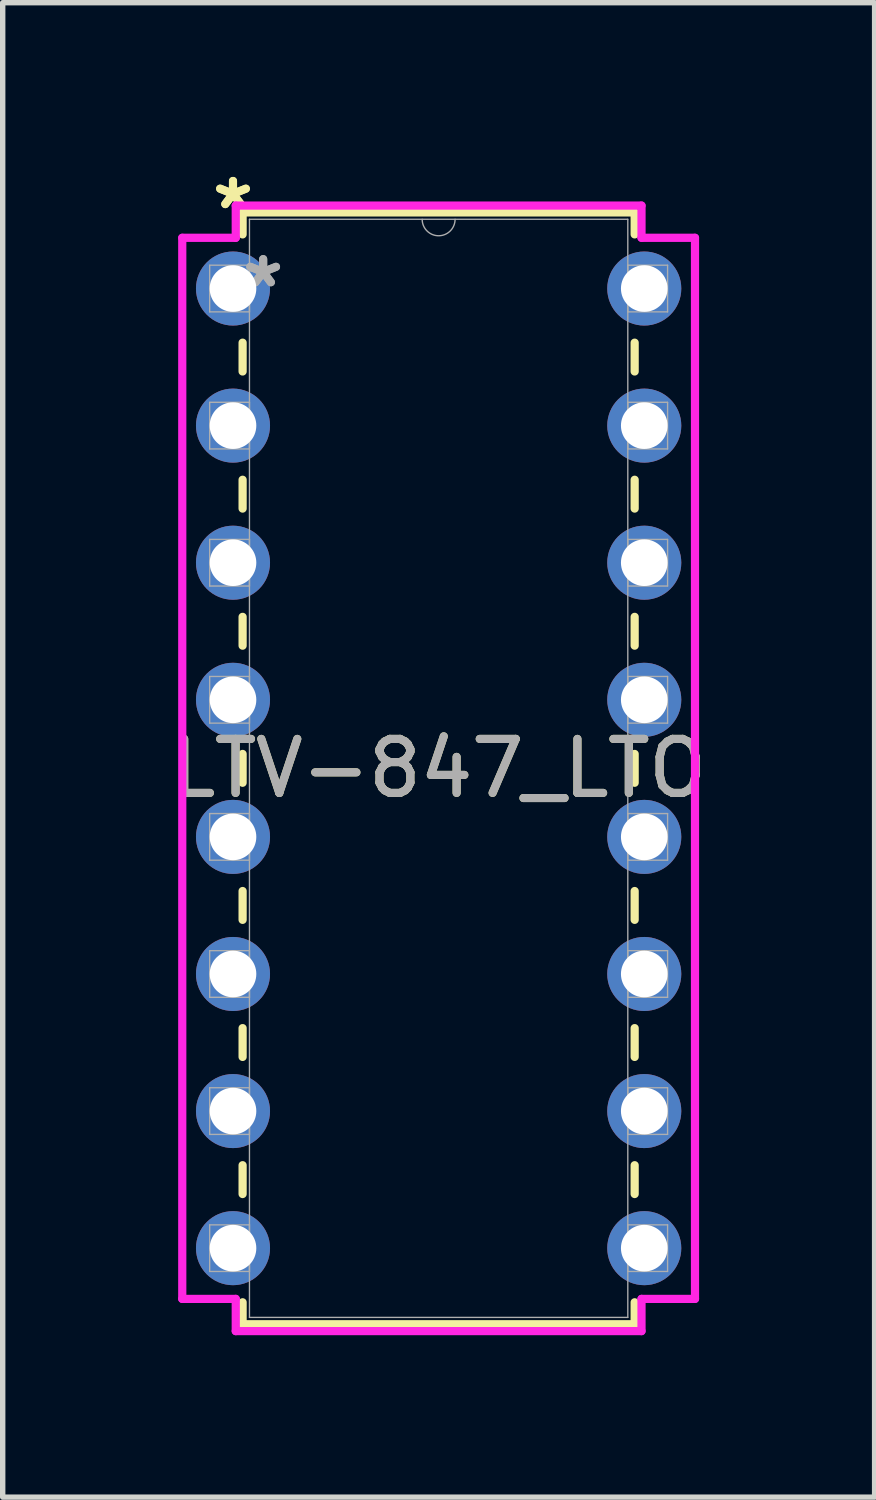
<source format=kicad_pcb>
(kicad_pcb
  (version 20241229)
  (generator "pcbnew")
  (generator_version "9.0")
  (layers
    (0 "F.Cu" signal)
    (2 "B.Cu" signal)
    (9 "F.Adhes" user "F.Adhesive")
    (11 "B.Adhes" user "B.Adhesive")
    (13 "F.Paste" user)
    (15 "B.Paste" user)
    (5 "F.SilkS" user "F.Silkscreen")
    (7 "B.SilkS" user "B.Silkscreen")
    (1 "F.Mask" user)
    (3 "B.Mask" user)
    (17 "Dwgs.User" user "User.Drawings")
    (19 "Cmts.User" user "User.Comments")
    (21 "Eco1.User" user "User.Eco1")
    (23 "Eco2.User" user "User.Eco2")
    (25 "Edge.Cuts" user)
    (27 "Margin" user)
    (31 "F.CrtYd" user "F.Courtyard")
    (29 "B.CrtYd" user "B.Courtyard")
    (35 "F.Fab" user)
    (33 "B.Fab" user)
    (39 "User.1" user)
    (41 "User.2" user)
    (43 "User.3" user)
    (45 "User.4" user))
  (footprint "LTV-847_LTO"
    (layer "F.Cu")
    (at 1.267 2.296)
    (property "Reference" "LTV-847_LTO" (at 3.81 8.89 0) (unlocked yes) (layer "F.SilkS") (effects (font (size 1 1) (thickness 0.15))))
    (attr through_hole)
    (fp_line (start 0.178 -1.41) (end 0.178 -1.003) (stroke (width 0.152) (type solid)) (layer "F.SilkS"))
    (fp_line (start 0.178 1.003) (end 0.178 1.537) (stroke (width 0.152) (type solid)) (layer "F.SilkS"))
    (fp_line (start 0.178 3.543) (end 0.178 4.077) (stroke (width 0.152) (type solid)) (layer "F.SilkS"))
    (fp_line (start 0.178 6.083) (end 0.178 6.617) (stroke (width 0.152) (type solid)) (layer "F.SilkS"))
    (fp_line (start 0.178 8.623) (end 0.178 9.157) (stroke (width 0.152) (type solid)) (layer "F.SilkS"))
    (fp_line (start 0.178 11.163) (end 0.178 11.697) (stroke (width 0.152) (type solid)) (layer "F.SilkS"))
    (fp_line (start 0.178 13.703) (end 0.178 14.237) (stroke (width 0.152) (type solid)) (layer "F.SilkS"))
    (fp_line (start 0.178 16.243) (end 0.178 16.777) (stroke (width 0.152) (type solid)) (layer "F.SilkS"))
    (fp_line (start 0.178 18.783) (end 0.178 19.19) (stroke (width 0.152) (type solid)) (layer "F.SilkS"))
    (fp_line (start 0.178 19.19) (end 7.442 19.19) (stroke (width 0.152) (type solid)) (layer "F.SilkS"))
    (fp_line (start 7.442 -1.41) (end 0.178 -1.41) (stroke (width 0.152) (type solid)) (layer "F.SilkS"))
    (fp_line (start 7.442 -1.003) (end 7.442 -1.41) (stroke (width 0.152) (type solid)) (layer "F.SilkS"))
    (fp_line (start 7.442 1.537) (end 7.442 1.003) (stroke (width 0.152) (type solid)) (layer "F.SilkS"))
    (fp_line (start 7.442 4.077) (end 7.442 3.543) (stroke (width 0.152) (type solid)) (layer "F.SilkS"))
    (fp_line (start 7.442 6.617) (end 7.442 6.083) (stroke (width 0.152) (type solid)) (layer "F.SilkS"))
    (fp_line (start 7.442 9.157) (end 7.442 8.623) (stroke (width 0.152) (type solid)) (layer "F.SilkS"))
    (fp_line (start 7.442 11.697) (end 7.442 11.163) (stroke (width 0.152) (type solid)) (layer "F.SilkS"))
    (fp_line (start 7.442 14.237) (end 7.442 13.703) (stroke (width 0.152) (type solid)) (layer "F.SilkS"))
    (fp_line (start 7.442 16.777) (end 7.442 16.243) (stroke (width 0.152) (type solid)) (layer "F.SilkS"))
    (fp_line (start 7.442 19.19) (end 7.442 18.783) (stroke (width 0.152) (type solid)) (layer "F.SilkS"))
    (fp_line (start -0.94 -0.94) (end 0.051 -0.94) (stroke (width 0.152) (type solid)) (layer "F.CrtYd"))
    (fp_line (start -0.94 18.72) (end -0.94 -0.94) (stroke (width 0.152) (type solid)) (layer "F.CrtYd"))
    (fp_line (start 0.051 -1.537) (end 7.569 -1.537) (stroke (width 0.152) (type solid)) (layer "F.CrtYd"))
    (fp_line (start 0.051 -0.94) (end 0.051 -1.537) (stroke (width 0.152) (type solid)) (layer "F.CrtYd"))
    (fp_line (start 0.051 18.72) (end -0.94 18.72) (stroke (width 0.152) (type solid)) (layer "F.CrtYd"))
    (fp_line (start 0.051 19.317) (end 0.051 18.72) (stroke (width 0.152) (type solid)) (layer "F.CrtYd"))
    (fp_line (start 7.569 -1.537) (end 7.569 -0.94) (stroke (width 0.152) (type solid)) (layer "F.CrtYd"))
    (fp_line (start 7.569 18.72) (end 7.569 19.317) (stroke (width 0.152) (type solid)) (layer "F.CrtYd"))
    (fp_line (start 7.569 19.317) (end 0.051 19.317) (stroke (width 0.152) (type solid)) (layer "F.CrtYd"))
    (fp_line (start 8.56 -0.94) (end 7.569 -0.94) (stroke (width 0.152) (type solid)) (layer "F.CrtYd"))
    (fp_line (start 8.56 -0.94) (end 8.56 18.72) (stroke (width 0.152) (type solid)) (layer "F.CrtYd"))
    (fp_line (start 8.56 18.72) (end 7.569 18.72) (stroke (width 0.152) (type solid)) (layer "F.CrtYd"))
    (fp_line (start -0.432 -0.432) (end -0.432 0.432) (stroke (width 0.025) (type solid)) (layer "F.Fab"))
    (fp_line (start -0.432 0.432) (end 0.305 0.432) (stroke (width 0.025) (type solid)) (layer "F.Fab"))
    (fp_line (start -0.432 2.108) (end -0.432 2.972) (stroke (width 0.025) (type solid)) (layer "F.Fab"))
    (fp_line (start -0.432 2.972) (end 0.305 2.972) (stroke (width 0.025) (type solid)) (layer "F.Fab"))
    (fp_line (start -0.432 4.648) (end -0.432 5.512) (stroke (width 0.025) (type solid)) (layer "F.Fab"))
    (fp_line (start -0.432 5.512) (end 0.305 5.512) (stroke (width 0.025) (type solid)) (layer "F.Fab"))
    (fp_line (start -0.432 7.188) (end -0.432 8.052) (stroke (width 0.025) (type solid)) (layer "F.Fab"))
    (fp_line (start -0.432 8.052) (end 0.305 8.052) (stroke (width 0.025) (type solid)) (layer "F.Fab"))
    (fp_line (start -0.432 9.728) (end -0.432 10.592) (stroke (width 0.025) (type solid)) (layer "F.Fab"))
    (fp_line (start -0.432 10.592) (end 0.305 10.592) (stroke (width 0.025) (type solid)) (layer "F.Fab"))
    (fp_line (start -0.432 12.268) (end -0.432 13.132) (stroke (width 0.025) (type solid)) (layer "F.Fab"))
    (fp_line (start -0.432 13.132) (end 0.305 13.132) (stroke (width 0.025) (type solid)) (layer "F.Fab"))
    (fp_line (start -0.432 14.808) (end -0.432 15.672) (stroke (width 0.025) (type solid)) (layer "F.Fab"))
    (fp_line (start -0.432 15.672) (end 0.305 15.672) (stroke (width 0.025) (type solid)) (layer "F.Fab"))
    (fp_line (start -0.432 17.348) (end -0.432 18.212) (stroke (width 0.025) (type solid)) (layer "F.Fab"))
    (fp_line (start -0.432 18.212) (end 0.305 18.212) (stroke (width 0.025) (type solid)) (layer "F.Fab"))
    (fp_line (start 0.305 -1.283) (end 0.305 19.063) (stroke (width 0.025) (type solid)) (layer "F.Fab"))
    (fp_line (start 0.305 -0.432) (end -0.432 -0.432) (stroke (width 0.025) (type solid)) (layer "F.Fab"))
    (fp_line (start 0.305 0.432) (end 0.305 -0.432) (stroke (width 0.025) (type solid)) (layer "F.Fab"))
    (fp_line (start 0.305 2.108) (end -0.432 2.108) (stroke (width 0.025) (type solid)) (layer "F.Fab"))
    (fp_line (start 0.305 2.972) (end 0.305 2.108) (stroke (width 0.025) (type solid)) (layer "F.Fab"))
    (fp_line (start 0.305 4.648) (end -0.432 4.648) (stroke (width 0.025) (type solid)) (layer "F.Fab"))
    (fp_line (start 0.305 5.512) (end 0.305 4.648) (stroke (width 0.025) (type solid)) (layer "F.Fab"))
    (fp_line (start 0.305 7.188) (end -0.432 7.188) (stroke (width 0.025) (type solid)) (layer "F.Fab"))
    (fp_line (start 0.305 8.052) (end 0.305 7.188) (stroke (width 0.025) (type solid)) (layer "F.Fab"))
    (fp_line (start 0.305 9.728) (end -0.432 9.728) (stroke (width 0.025) (type solid)) (layer "F.Fab"))
    (fp_line (start 0.305 10.592) (end 0.305 9.728) (stroke (width 0.025) (type solid)) (layer "F.Fab"))
    (fp_line (start 0.305 12.268) (end -0.432 12.268) (stroke (width 0.025) (type solid)) (layer "F.Fab"))
    (fp_line (start 0.305 13.132) (end 0.305 12.268) (stroke (width 0.025) (type solid)) (layer "F.Fab"))
    (fp_line (start 0.305 14.808) (end -0.432 14.808) (stroke (width 0.025) (type solid)) (layer "F.Fab"))
    (fp_line (start 0.305 15.672) (end 0.305 14.808) (stroke (width 0.025) (type solid)) (layer "F.Fab"))
    (fp_line (start 0.305 17.348) (end -0.432 17.348) (stroke (width 0.025) (type solid)) (layer "F.Fab"))
    (fp_line (start 0.305 18.212) (end 0.305 17.348) (stroke (width 0.025) (type solid)) (layer "F.Fab"))
    (fp_line (start 0.305 19.063) (end 7.315 19.063) (stroke (width 0.025) (type solid)) (layer "F.Fab"))
    (fp_line (start 7.315 -1.283) (end 0.305 -1.283) (stroke (width 0.025) (type solid)) (layer "F.Fab"))
    (fp_line (start 7.315 -0.432) (end 7.315 0.432) (stroke (width 0.025) (type solid)) (layer "F.Fab"))
    (fp_line (start 7.315 0.432) (end 8.052 0.432) (stroke (width 0.025) (type solid)) (layer "F.Fab"))
    (fp_line (start 7.315 2.108) (end 7.315 2.972) (stroke (width 0.025) (type solid)) (layer "F.Fab"))
    (fp_line (start 7.315 2.972) (end 8.052 2.972) (stroke (width 0.025) (type solid)) (layer "F.Fab"))
    (fp_line (start 7.315 4.648) (end 7.315 5.512) (stroke (width 0.025) (type solid)) (layer "F.Fab"))
    (fp_line (start 7.315 5.512) (end 8.052 5.512) (stroke (width 0.025) (type solid)) (layer "F.Fab"))
    (fp_line (start 7.315 7.188) (end 7.315 8.052) (stroke (width 0.025) (type solid)) (layer "F.Fab"))
    (fp_line (start 7.315 8.052) (end 8.052 8.052) (stroke (width 0.025) (type solid)) (layer "F.Fab"))
    (fp_line (start 7.315 9.728) (end 7.315 10.592) (stroke (width 0.025) (type solid)) (layer "F.Fab"))
    (fp_line (start 7.315 10.592) (end 8.052 10.592) (stroke (width 0.025) (type solid)) (layer "F.Fab"))
    (fp_line (start 7.315 12.268) (end 7.315 13.132) (stroke (width 0.025) (type solid)) (layer "F.Fab"))
    (fp_line (start 7.315 13.132) (end 8.052 13.132) (stroke (width 0.025) (type solid)) (layer "F.Fab"))
    (fp_line (start 7.315 14.808) (end 7.315 15.672) (stroke (width 0.025) (type solid)) (layer "F.Fab"))
    (fp_line (start 7.315 15.672) (end 8.052 15.672) (stroke (width 0.025) (type solid)) (layer "F.Fab"))
    (fp_line (start 7.315 17.348) (end 7.315 18.212) (stroke (width 0.025) (type solid)) (layer "F.Fab"))
    (fp_line (start 7.315 18.212) (end 8.052 18.212) (stroke (width 0.025) (type solid)) (layer "F.Fab"))
    (fp_line (start 7.315 19.063) (end 7.315 -1.283) (stroke (width 0.025) (type solid)) (layer "F.Fab"))
    (fp_line (start 8.052 -0.432) (end 7.315 -0.432) (stroke (width 0.025) (type solid)) (layer "F.Fab"))
    (fp_line (start 8.052 0.432) (end 8.052 -0.432) (stroke (width 0.025) (type solid)) (layer "F.Fab"))
    (fp_line (start 8.052 2.108) (end 7.315 2.108) (stroke (width 0.025) (type solid)) (layer "F.Fab"))
    (fp_line (start 8.052 2.972) (end 8.052 2.108) (stroke (width 0.025) (type solid)) (layer "F.Fab"))
    (fp_line (start 8.052 4.648) (end 7.315 4.648) (stroke (width 0.025) (type solid)) (layer "F.Fab"))
    (fp_line (start 8.052 5.512) (end 8.052 4.648) (stroke (width 0.025) (type solid)) (layer "F.Fab"))
    (fp_line (start 8.052 7.188) (end 7.315 7.188) (stroke (width 0.025) (type solid)) (layer "F.Fab"))
    (fp_line (start 8.052 8.052) (end 8.052 7.188) (stroke (width 0.025) (type solid)) (layer "F.Fab"))
    (fp_line (start 8.052 9.728) (end 7.315 9.728) (stroke (width 0.025) (type solid)) (layer "F.Fab"))
    (fp_line (start 8.052 10.592) (end 8.052 9.728) (stroke (width 0.025) (type solid)) (layer "F.Fab"))
    (fp_line (start 8.052 12.268) (end 7.315 12.268) (stroke (width 0.025) (type solid)) (layer "F.Fab"))
    (fp_line (start 8.052 13.132) (end 8.052 12.268) (stroke (width 0.025) (type solid)) (layer "F.Fab"))
    (fp_line (start 8.052 14.808) (end 7.315 14.808) (stroke (width 0.025) (type solid)) (layer "F.Fab"))
    (fp_line (start 8.052 15.672) (end 8.052 14.808) (stroke (width 0.025) (type solid)) (layer "F.Fab"))
    (fp_line (start 8.052 17.348) (end 7.315 17.348) (stroke (width 0.025) (type solid)) (layer "F.Fab"))
    (fp_line (start 8.052 18.212) (end 8.052 17.348) (stroke (width 0.025) (type solid)) (layer "F.Fab"))
    (fp_arc (start 4.1148 -1.2827) (mid 3.81 -0.9779) (end 3.5052 -1.2827) (stroke (width 0.0254) (type solid)) (layer "F.Fab"))
    (fp_text user "*" (at 0 -1.448 0) (unlocked yes) (layer "F.SilkS") (effects (font (size 1 1) (thickness 0.15))))
    (fp_text user "*" (at 0 -1.448 0) (layer "F.SilkS") (effects (font (size 1 1) (thickness 0.15))))
    (fp_text user "*" (at 0.559 0 0) (layer "F.Fab") (effects (font (size 1 1) (thickness 0.15))))
    (fp_text user "*" (at 0.559 0 0) (unlocked yes) (layer "F.Fab") (effects (font (size 1 1) (thickness 0.15))))
    (fp_text user "${REFERENCE}" (at 3.81 8.89 0) (unlocked yes) (layer "F.Fab") (effects (font (size 1 1) (thickness 0.15))))
    (pad "1" thru_hole circle (at 0 0) (size 1.372 1.372) (drill 0.864) (layers "*.Cu" "*.Mask"))
    (pad "2" thru_hole circle (at 0 2.54) (size 1.372 1.372) (drill 0.864) (layers "*.Cu" "*.Mask"))
    (pad "3" thru_hole circle (at 0 5.08) (size 1.372 1.372) (drill 0.864) (layers "*.Cu" "*.Mask"))
    (pad "4" thru_hole circle (at 0 7.62) (size 1.372 1.372) (drill 0.864) (layers "*.Cu" "*.Mask"))
    (pad "5" thru_hole circle (at 0 10.16) (size 1.372 1.372) (drill 0.864) (layers "*.Cu" "*.Mask"))
    (pad "6" thru_hole circle (at 0 12.7) (size 1.372 1.372) (drill 0.864) (layers "*.Cu" "*.Mask"))
    (pad "7" thru_hole circle (at 0 15.24) (size 1.372 1.372) (drill 0.864) (layers "*.Cu" "*.Mask"))
    (pad "8" thru_hole circle (at 0 17.78) (size 1.372 1.372) (drill 0.864) (layers "*.Cu" "*.Mask"))
    (pad "9" thru_hole circle (at 7.62 17.78) (size 1.372 1.372) (drill 0.864) (layers "*.Cu" "*.Mask"))
    (pad "10" thru_hole circle (at 7.62 15.24) (size 1.372 1.372) (drill 0.864) (layers "*.Cu" "*.Mask"))
    (pad "11" thru_hole circle (at 7.62 12.7) (size 1.372 1.372) (drill 0.864) (layers "*.Cu" "*.Mask"))
    (pad "12" thru_hole circle (at 7.62 10.16) (size 1.372 1.372) (drill 0.864) (layers "*.Cu" "*.Mask"))
    (pad "13" thru_hole circle (at 7.62 7.62) (size 1.372 1.372) (drill 0.864) (layers "*.Cu" "*.Mask"))
    (pad "14" thru_hole circle (at 7.62 5.08) (size 1.372 1.372) (drill 0.864) (layers "*.Cu" "*.Mask"))
    (pad "15" thru_hole circle (at 7.62 2.54) (size 1.372 1.372) (drill 0.864) (layers "*.Cu" "*.Mask"))
    (pad "16" thru_hole circle (at 7.62 0) (size 1.372 1.372) (drill 0.864) (layers "*.Cu" "*.Mask")))
  (gr_rect
    (start -3 -3)
    (end 13.155 24.689)
    (stroke (width 0.1) (type default))
    (fill no)
    (layer "Edge.Cuts")))
</source>
